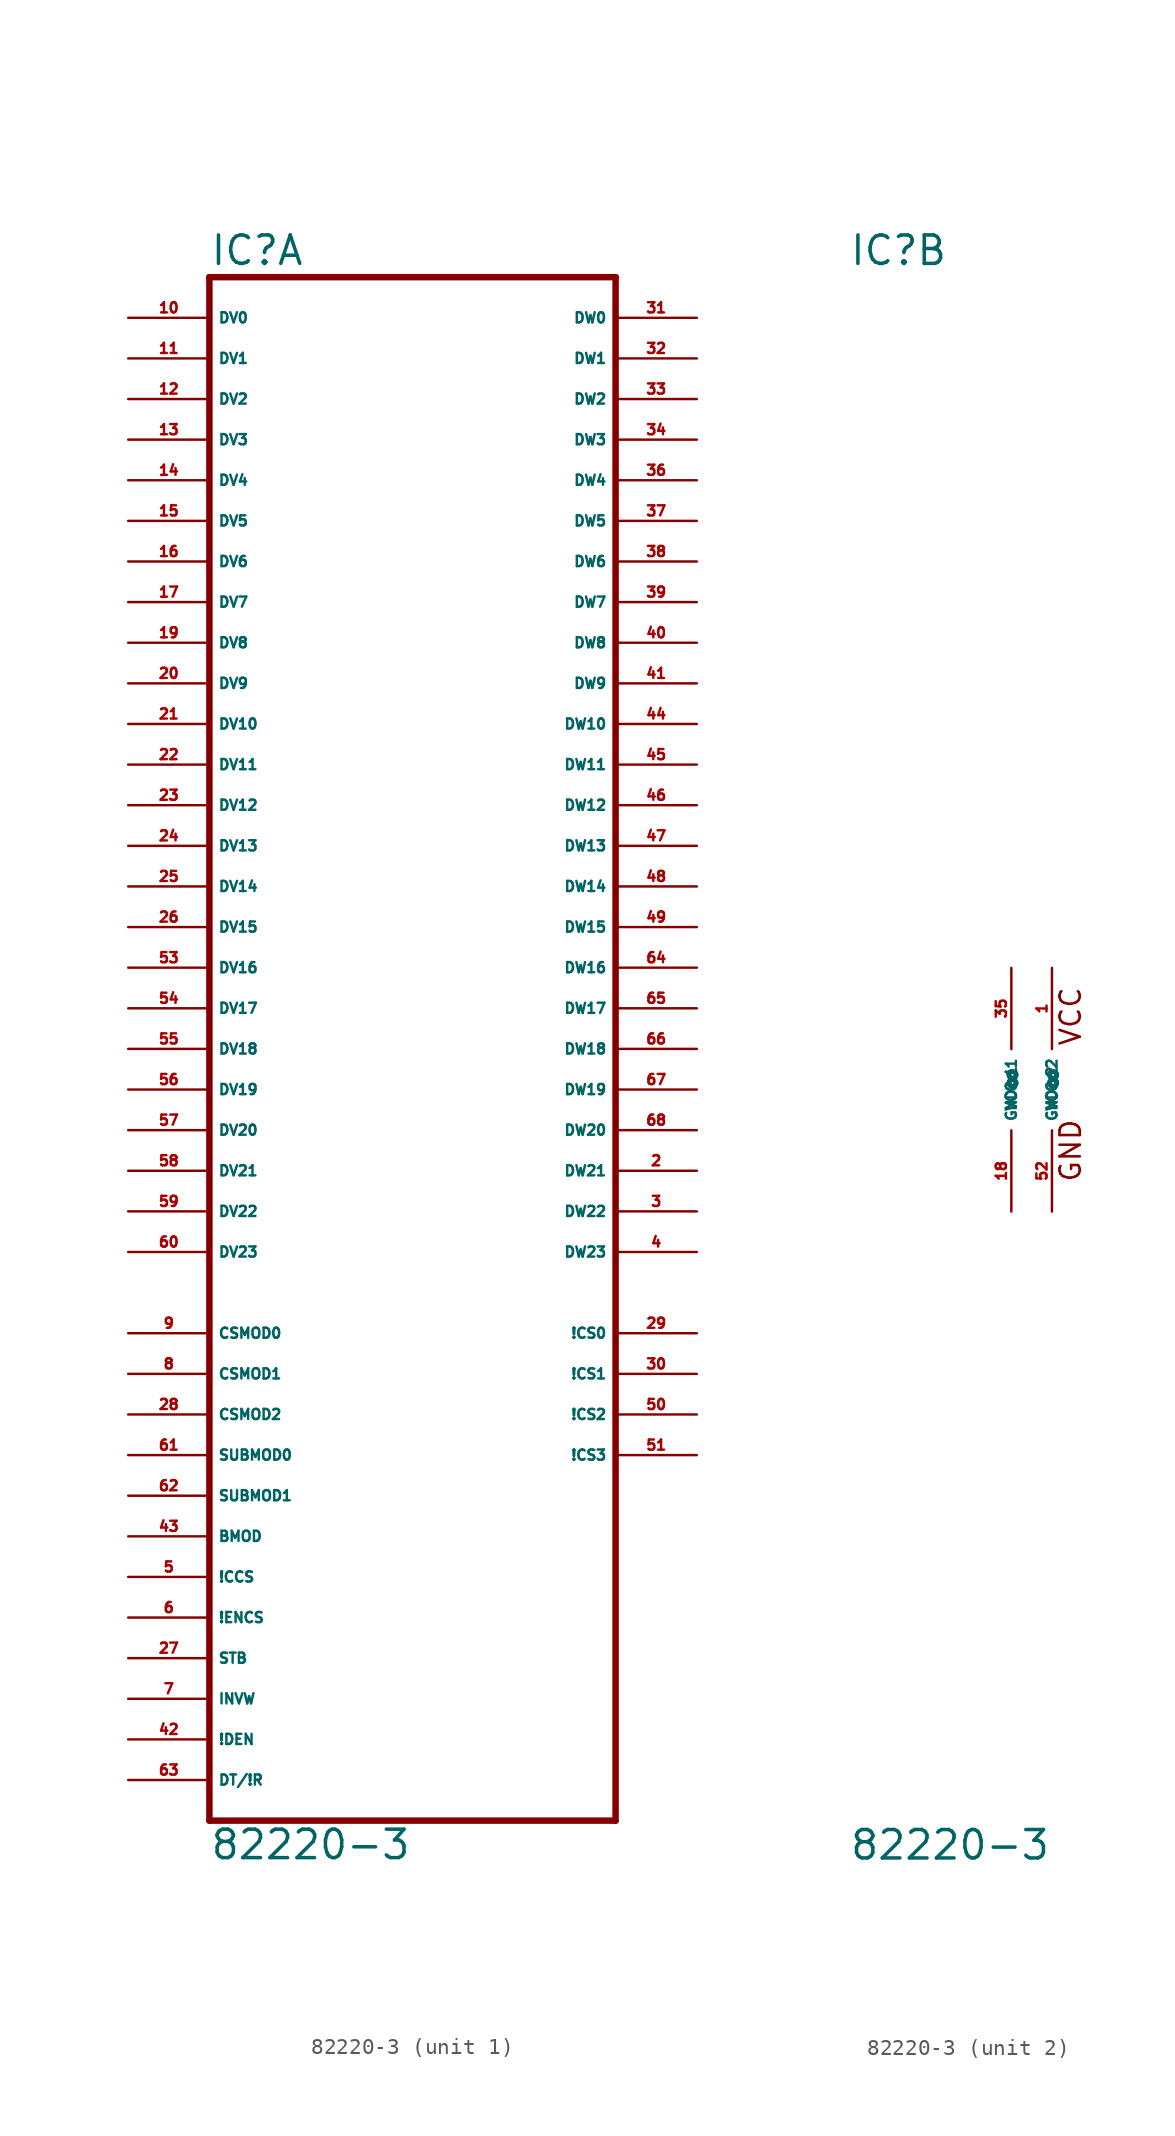
<source format=kicad_sym>
(kicad_symbol_lib
  (version 20220914)
  (generator Eagle2Kicad)
  (symbol "82220-3"
    (property "Reference" "IC"
      (at -12.7 51.435 0)
      (effects (font (size 1.778 1.778) (thickness 0.22)) (justify left bottom)))
    (property "Value" "82220-3"
      (at -12.7 -48.26 0)
      (effects (font (size 1.778 1.778) (thickness 0.22)) (justify left bottom)))
    (symbol "82220-3_1_0"
      (polyline (pts (xy 12.7 -45.72) (xy -12.7 -45.72)) (stroke (width 0.406) (type default)) (fill (type none)))
      (polyline (pts (xy -12.7 -45.72) (xy -12.7 50.8)) (stroke (width 0.406) (type default)) (fill (type none)))
      (polyline (pts (xy -12.7 50.8) (xy 12.7 50.8)) (stroke (width 0.406) (type default)) (fill (type none)))
      (polyline (pts (xy 12.7 50.8) (xy 12.7 -45.72)) (stroke (width 0.406) (type default)) (fill (type none)))
      (pin bidirectional line (at -17.78 48.26 0) (length 5.08) (name "DV0" (effects (font (size 0.635 0.635) (thickness 0.08)) (justify left bottom))) (number "10" (effects (font (size 0.635 0.635) (thickness 0.08)) (justify left bottom))))
      (pin bidirectional line (at -17.78 45.72 0) (length 5.08) (name "DV1" (effects (font (size 0.635 0.635) (thickness 0.08)) (justify left bottom))) (number "11" (effects (font (size 0.635 0.635) (thickness 0.08)) (justify left bottom))))
      (pin bidirectional line (at -17.78 43.18 0) (length 5.08) (name "DV2" (effects (font (size 0.635 0.635) (thickness 0.08)) (justify left bottom))) (number "12" (effects (font (size 0.635 0.635) (thickness 0.08)) (justify left bottom))))
      (pin bidirectional line (at -17.78 40.64 0) (length 5.08) (name "DV3" (effects (font (size 0.635 0.635) (thickness 0.08)) (justify left bottom))) (number "13" (effects (font (size 0.635 0.635) (thickness 0.08)) (justify left bottom))))
      (pin bidirectional line (at -17.78 38.1 0) (length 5.08) (name "DV4" (effects (font (size 0.635 0.635) (thickness 0.08)) (justify left bottom))) (number "14" (effects (font (size 0.635 0.635) (thickness 0.08)) (justify left bottom))))
      (pin bidirectional line (at -17.78 35.56 0) (length 5.08) (name "DV5" (effects (font (size 0.635 0.635) (thickness 0.08)) (justify left bottom))) (number "15" (effects (font (size 0.635 0.635) (thickness 0.08)) (justify left bottom))))
      (pin bidirectional line (at -17.78 33.02 0) (length 5.08) (name "DV6" (effects (font (size 0.635 0.635) (thickness 0.08)) (justify left bottom))) (number "16" (effects (font (size 0.635 0.635) (thickness 0.08)) (justify left bottom))))
      (pin bidirectional line (at -17.78 30.48 0) (length 5.08) (name "DV7" (effects (font (size 0.635 0.635) (thickness 0.08)) (justify left bottom))) (number "17" (effects (font (size 0.635 0.635) (thickness 0.08)) (justify left bottom))))
      (pin bidirectional line (at -17.78 27.94 0) (length 5.08) (name "DV8" (effects (font (size 0.635 0.635) (thickness 0.08)) (justify left bottom))) (number "19" (effects (font (size 0.635 0.635) (thickness 0.08)) (justify left bottom))))
      (pin bidirectional line (at -17.78 25.4 0) (length 5.08) (name "DV9" (effects (font (size 0.635 0.635) (thickness 0.08)) (justify left bottom))) (number "20" (effects (font (size 0.635 0.635) (thickness 0.08)) (justify left bottom))))
      (pin bidirectional line (at -17.78 22.86 0) (length 5.08) (name "DV10" (effects (font (size 0.635 0.635) (thickness 0.08)) (justify left bottom))) (number "21" (effects (font (size 0.635 0.635) (thickness 0.08)) (justify left bottom))))
      (pin bidirectional line (at -17.78 20.32 0) (length 5.08) (name "DV11" (effects (font (size 0.635 0.635) (thickness 0.08)) (justify left bottom))) (number "22" (effects (font (size 0.635 0.635) (thickness 0.08)) (justify left bottom))))
      (pin bidirectional line (at -17.78 17.78 0) (length 5.08) (name "DV12" (effects (font (size 0.635 0.635) (thickness 0.08)) (justify left bottom))) (number "23" (effects (font (size 0.635 0.635) (thickness 0.08)) (justify left bottom))))
      (pin bidirectional line (at -17.78 15.24 0) (length 5.08) (name "DV13" (effects (font (size 0.635 0.635) (thickness 0.08)) (justify left bottom))) (number "24" (effects (font (size 0.635 0.635) (thickness 0.08)) (justify left bottom))))
      (pin bidirectional line (at -17.78 12.7 0) (length 5.08) (name "DV14" (effects (font (size 0.635 0.635) (thickness 0.08)) (justify left bottom))) (number "25" (effects (font (size 0.635 0.635) (thickness 0.08)) (justify left bottom))))
      (pin bidirectional line (at -17.78 10.16 0) (length 5.08) (name "DV15" (effects (font (size 0.635 0.635) (thickness 0.08)) (justify left bottom))) (number "26" (effects (font (size 0.635 0.635) (thickness 0.08)) (justify left bottom))))
      (pin output line (at 17.78 -15.24 180) (length 5.08) (name "!CS0" (effects (font (size 0.635 0.635) (thickness 0.08)) (justify left bottom))) (number "29" (effects (font (size 0.635 0.635) (thickness 0.08)) (justify left bottom))))
      (pin output line (at 17.78 -17.78 180) (length 5.08) (name "!CS1" (effects (font (size 0.635 0.635) (thickness 0.08)) (justify left bottom))) (number "30" (effects (font (size 0.635 0.635) (thickness 0.08)) (justify left bottom))))
      (pin input line (at -17.78 -35.56 0) (length 5.08) (name "STB" (effects (font (size 0.635 0.635) (thickness 0.08)) (justify left bottom))) (number "27" (effects (font (size 0.635 0.635) (thickness 0.08)) (justify left bottom))))
      (pin input line (at -17.78 -15.24 0) (length 5.08) (name "CSMOD0" (effects (font (size 0.635 0.635) (thickness 0.08)) (justify left bottom))) (number "9" (effects (font (size 0.635 0.635) (thickness 0.08)) (justify left bottom))))
      (pin input line (at -17.78 -17.78 0) (length 5.08) (name "CSMOD1" (effects (font (size 0.635 0.635) (thickness 0.08)) (justify left bottom))) (number "8" (effects (font (size 0.635 0.635) (thickness 0.08)) (justify left bottom))))
      (pin input line (at -17.78 -38.1 0) (length 5.08) (name "INVW" (effects (font (size 0.635 0.635) (thickness 0.08)) (justify left bottom))) (number "7" (effects (font (size 0.635 0.635) (thickness 0.08)) (justify left bottom))))
      (pin input line (at -17.78 -40.64 0) (length 5.08) (name "!DEN" (effects (font (size 0.635 0.635) (thickness 0.08)) (justify left bottom))) (number "42" (effects (font (size 0.635 0.635) (thickness 0.08)) (justify left bottom))))
      (pin input line (at -17.78 -43.18 0) (length 5.08) (name "DT/!R" (effects (font (size 0.635 0.635) (thickness 0.08)) (justify left bottom))) (number "63" (effects (font (size 0.635 0.635) (thickness 0.08)) (justify left bottom))))
      (pin input line (at -17.78 -25.4 0) (length 5.08) (name "SUBMOD1" (effects (font (size 0.635 0.635) (thickness 0.08)) (justify left bottom))) (number "62" (effects (font (size 0.635 0.635) (thickness 0.08)) (justify left bottom))))
      (pin input line (at -17.78 -22.86 0) (length 5.08) (name "SUBMOD0" (effects (font (size 0.635 0.635) (thickness 0.08)) (justify left bottom))) (number "61" (effects (font (size 0.635 0.635) (thickness 0.08)) (justify left bottom))))
      (pin bidirectional line (at 17.78 48.26 180) (length 5.08) (name "DW0" (effects (font (size 0.635 0.635) (thickness 0.08)) (justify left bottom))) (number "31" (effects (font (size 0.635 0.635) (thickness 0.08)) (justify left bottom))))
      (pin bidirectional line (at 17.78 45.72 180) (length 5.08) (name "DW1" (effects (font (size 0.635 0.635) (thickness 0.08)) (justify left bottom))) (number "32" (effects (font (size 0.635 0.635) (thickness 0.08)) (justify left bottom))))
      (pin bidirectional line (at 17.78 43.18 180) (length 5.08) (name "DW2" (effects (font (size 0.635 0.635) (thickness 0.08)) (justify left bottom))) (number "33" (effects (font (size 0.635 0.635) (thickness 0.08)) (justify left bottom))))
      (pin bidirectional line (at 17.78 40.64 180) (length 5.08) (name "DW3" (effects (font (size 0.635 0.635) (thickness 0.08)) (justify left bottom))) (number "34" (effects (font (size 0.635 0.635) (thickness 0.08)) (justify left bottom))))
      (pin bidirectional line (at 17.78 38.1 180) (length 5.08) (name "DW4" (effects (font (size 0.635 0.635) (thickness 0.08)) (justify left bottom))) (number "36" (effects (font (size 0.635 0.635) (thickness 0.08)) (justify left bottom))))
      (pin bidirectional line (at 17.78 35.56 180) (length 5.08) (name "DW5" (effects (font (size 0.635 0.635) (thickness 0.08)) (justify left bottom))) (number "37" (effects (font (size 0.635 0.635) (thickness 0.08)) (justify left bottom))))
      (pin bidirectional line (at 17.78 33.02 180) (length 5.08) (name "DW6" (effects (font (size 0.635 0.635) (thickness 0.08)) (justify left bottom))) (number "38" (effects (font (size 0.635 0.635) (thickness 0.08)) (justify left bottom))))
      (pin bidirectional line (at 17.78 30.48 180) (length 5.08) (name "DW7" (effects (font (size 0.635 0.635) (thickness 0.08)) (justify left bottom))) (number "39" (effects (font (size 0.635 0.635) (thickness 0.08)) (justify left bottom))))
      (pin bidirectional line (at 17.78 27.94 180) (length 5.08) (name "DW8" (effects (font (size 0.635 0.635) (thickness 0.08)) (justify left bottom))) (number "40" (effects (font (size 0.635 0.635) (thickness 0.08)) (justify left bottom))))
      (pin bidirectional line (at 17.78 25.4 180) (length 5.08) (name "DW9" (effects (font (size 0.635 0.635) (thickness 0.08)) (justify left bottom))) (number "41" (effects (font (size 0.635 0.635) (thickness 0.08)) (justify left bottom))))
      (pin bidirectional line (at 17.78 22.86 180) (length 5.08) (name "DW10" (effects (font (size 0.635 0.635) (thickness 0.08)) (justify left bottom))) (number "44" (effects (font (size 0.635 0.635) (thickness 0.08)) (justify left bottom))))
      (pin bidirectional line (at 17.78 20.32 180) (length 5.08) (name "DW11" (effects (font (size 0.635 0.635) (thickness 0.08)) (justify left bottom))) (number "45" (effects (font (size 0.635 0.635) (thickness 0.08)) (justify left bottom))))
      (pin bidirectional line (at 17.78 17.78 180) (length 5.08) (name "DW12" (effects (font (size 0.635 0.635) (thickness 0.08)) (justify left bottom))) (number "46" (effects (font (size 0.635 0.635) (thickness 0.08)) (justify left bottom))))
      (pin bidirectional line (at 17.78 15.24 180) (length 5.08) (name "DW13" (effects (font (size 0.635 0.635) (thickness 0.08)) (justify left bottom))) (number "47" (effects (font (size 0.635 0.635) (thickness 0.08)) (justify left bottom))))
      (pin bidirectional line (at 17.78 12.7 180) (length 5.08) (name "DW14" (effects (font (size 0.635 0.635) (thickness 0.08)) (justify left bottom))) (number "48" (effects (font (size 0.635 0.635) (thickness 0.08)) (justify left bottom))))
      (pin bidirectional line (at 17.78 10.16 180) (length 5.08) (name "DW15" (effects (font (size 0.635 0.635) (thickness 0.08)) (justify left bottom))) (number "49" (effects (font (size 0.635 0.635) (thickness 0.08)) (justify left bottom))))
      (pin output line (at 17.78 -20.32 180) (length 5.08) (name "!CS2" (effects (font (size 0.635 0.635) (thickness 0.08)) (justify left bottom))) (number "50" (effects (font (size 0.635 0.635) (thickness 0.08)) (justify left bottom))))
      (pin output line (at 17.78 -22.86 180) (length 5.08) (name "!CS3" (effects (font (size 0.635 0.635) (thickness 0.08)) (justify left bottom))) (number "51" (effects (font (size 0.635 0.635) (thickness 0.08)) (justify left bottom))))
      (pin input line (at -17.78 -20.32 0) (length 5.08) (name "CSMOD2" (effects (font (size 0.635 0.635) (thickness 0.08)) (justify left bottom))) (number "28" (effects (font (size 0.635 0.635) (thickness 0.08)) (justify left bottom))))
      (pin bidirectional line (at -17.78 7.62 0) (length 5.08) (name "DV16" (effects (font (size 0.635 0.635) (thickness 0.08)) (justify left bottom))) (number "53" (effects (font (size 0.635 0.635) (thickness 0.08)) (justify left bottom))))
      (pin bidirectional line (at -17.78 5.08 0) (length 5.08) (name "DV17" (effects (font (size 0.635 0.635) (thickness 0.08)) (justify left bottom))) (number "54" (effects (font (size 0.635 0.635) (thickness 0.08)) (justify left bottom))))
      (pin bidirectional line (at -17.78 2.54 0) (length 5.08) (name "DV18" (effects (font (size 0.635 0.635) (thickness 0.08)) (justify left bottom))) (number "55" (effects (font (size 0.635 0.635) (thickness 0.08)) (justify left bottom))))
      (pin bidirectional line (at -17.78 0 0) (length 5.08) (name "DV19" (effects (font (size 0.635 0.635) (thickness 0.08)) (justify left bottom))) (number "56" (effects (font (size 0.635 0.635) (thickness 0.08)) (justify left bottom))))
      (pin bidirectional line (at -17.78 -2.54 0) (length 5.08) (name "DV20" (effects (font (size 0.635 0.635) (thickness 0.08)) (justify left bottom))) (number "57" (effects (font (size 0.635 0.635) (thickness 0.08)) (justify left bottom))))
      (pin bidirectional line (at -17.78 -5.08 0) (length 5.08) (name "DV21" (effects (font (size 0.635 0.635) (thickness 0.08)) (justify left bottom))) (number "58" (effects (font (size 0.635 0.635) (thickness 0.08)) (justify left bottom))))
      (pin bidirectional line (at -17.78 -7.62 0) (length 5.08) (name "DV22" (effects (font (size 0.635 0.635) (thickness 0.08)) (justify left bottom))) (number "59" (effects (font (size 0.635 0.635) (thickness 0.08)) (justify left bottom))))
      (pin bidirectional line (at -17.78 -10.16 0) (length 5.08) (name "DV23" (effects (font (size 0.635 0.635) (thickness 0.08)) (justify left bottom))) (number "60" (effects (font (size 0.635 0.635) (thickness 0.08)) (justify left bottom))))
      (pin bidirectional line (at 17.78 7.62 180) (length 5.08) (name "DW16" (effects (font (size 0.635 0.635) (thickness 0.08)) (justify left bottom))) (number "64" (effects (font (size 0.635 0.635) (thickness 0.08)) (justify left bottom))))
      (pin bidirectional line (at 17.78 5.08 180) (length 5.08) (name "DW17" (effects (font (size 0.635 0.635) (thickness 0.08)) (justify left bottom))) (number "65" (effects (font (size 0.635 0.635) (thickness 0.08)) (justify left bottom))))
      (pin bidirectional line (at 17.78 2.54 180) (length 5.08) (name "DW18" (effects (font (size 0.635 0.635) (thickness 0.08)) (justify left bottom))) (number "66" (effects (font (size 0.635 0.635) (thickness 0.08)) (justify left bottom))))
      (pin bidirectional line (at 17.78 0 180) (length 5.08) (name "DW19" (effects (font (size 0.635 0.635) (thickness 0.08)) (justify left bottom))) (number "67" (effects (font (size 0.635 0.635) (thickness 0.08)) (justify left bottom))))
      (pin bidirectional line (at 17.78 -2.54 180) (length 5.08) (name "DW20" (effects (font (size 0.635 0.635) (thickness 0.08)) (justify left bottom))) (number "68" (effects (font (size 0.635 0.635) (thickness 0.08)) (justify left bottom))))
      (pin bidirectional line (at 17.78 -5.08 180) (length 5.08) (name "DW21" (effects (font (size 0.635 0.635) (thickness 0.08)) (justify left bottom))) (number "2" (effects (font (size 0.635 0.635) (thickness 0.08)) (justify left bottom))))
      (pin bidirectional line (at 17.78 -7.62 180) (length 5.08) (name "DW22" (effects (font (size 0.635 0.635) (thickness 0.08)) (justify left bottom))) (number "3" (effects (font (size 0.635 0.635) (thickness 0.08)) (justify left bottom))))
      (pin bidirectional line (at 17.78 -10.16 180) (length 5.08) (name "DW23" (effects (font (size 0.635 0.635) (thickness 0.08)) (justify left bottom))) (number "4" (effects (font (size 0.635 0.635) (thickness 0.08)) (justify left bottom))))
      (pin input line (at -17.78 -30.48 0) (length 5.08) (name "!CCS" (effects (font (size 0.635 0.635) (thickness 0.08)) (justify left bottom))) (number "5" (effects (font (size 0.635 0.635) (thickness 0.08)) (justify left bottom))))
      (pin input line (at -17.78 -33.02 0) (length 5.08) (name "!ENCS" (effects (font (size 0.635 0.635) (thickness 0.08)) (justify left bottom))) (number "6" (effects (font (size 0.635 0.635) (thickness 0.08)) (justify left bottom))))
      (pin input line (at -17.78 -27.94 0) (length 5.08) (name "BMOD" (effects (font (size 0.635 0.635) (thickness 0.08)) (justify left bottom))) (number "43" (effects (font (size 0.635 0.635) (thickness 0.08)) (justify left bottom)))))
    (symbol "82220-3_2_0"
      (text "VCC" (at 1.905 2.667 900) (effects (font (size 1.27 1.27) (thickness 0.16)) (justify left bottom)))
      (text "GND" (at 1.905 -5.842 900) (effects (font (size 1.27 1.27) (thickness 0.16)) (justify left bottom)))
      (pin unspecified line (at -2.54 -7.62 90) (length 5.08) (name "GND@1" (effects (font (size 0.635 0.635) (thickness 0.08)) (justify left bottom))) (number "18" (effects (font (size 0.635 0.635) (thickness 0.08)) (justify left bottom))))
      (pin unspecified line (at 0 -7.62 90) (length 5.08) (name "GND@2" (effects (font (size 0.635 0.635) (thickness 0.08)) (justify left bottom))) (number "52" (effects (font (size 0.635 0.635) (thickness 0.08)) (justify left bottom))))
      (pin unspecified line (at -2.54 7.62 270) (length 5.08) (name "VCC@1" (effects (font (size 0.635 0.635) (thickness 0.08)) (justify left bottom))) (number "35" (effects (font (size 0.635 0.635) (thickness 0.08)) (justify left bottom))))
      (pin unspecified line (at 0 7.62 270) (length 5.08) (name "VCC@2" (effects (font (size 0.635 0.635) (thickness 0.08)) (justify left bottom))) (number "1" (effects (font (size 0.635 0.635) (thickness 0.08)) (justify left bottom)))))))
</source>
